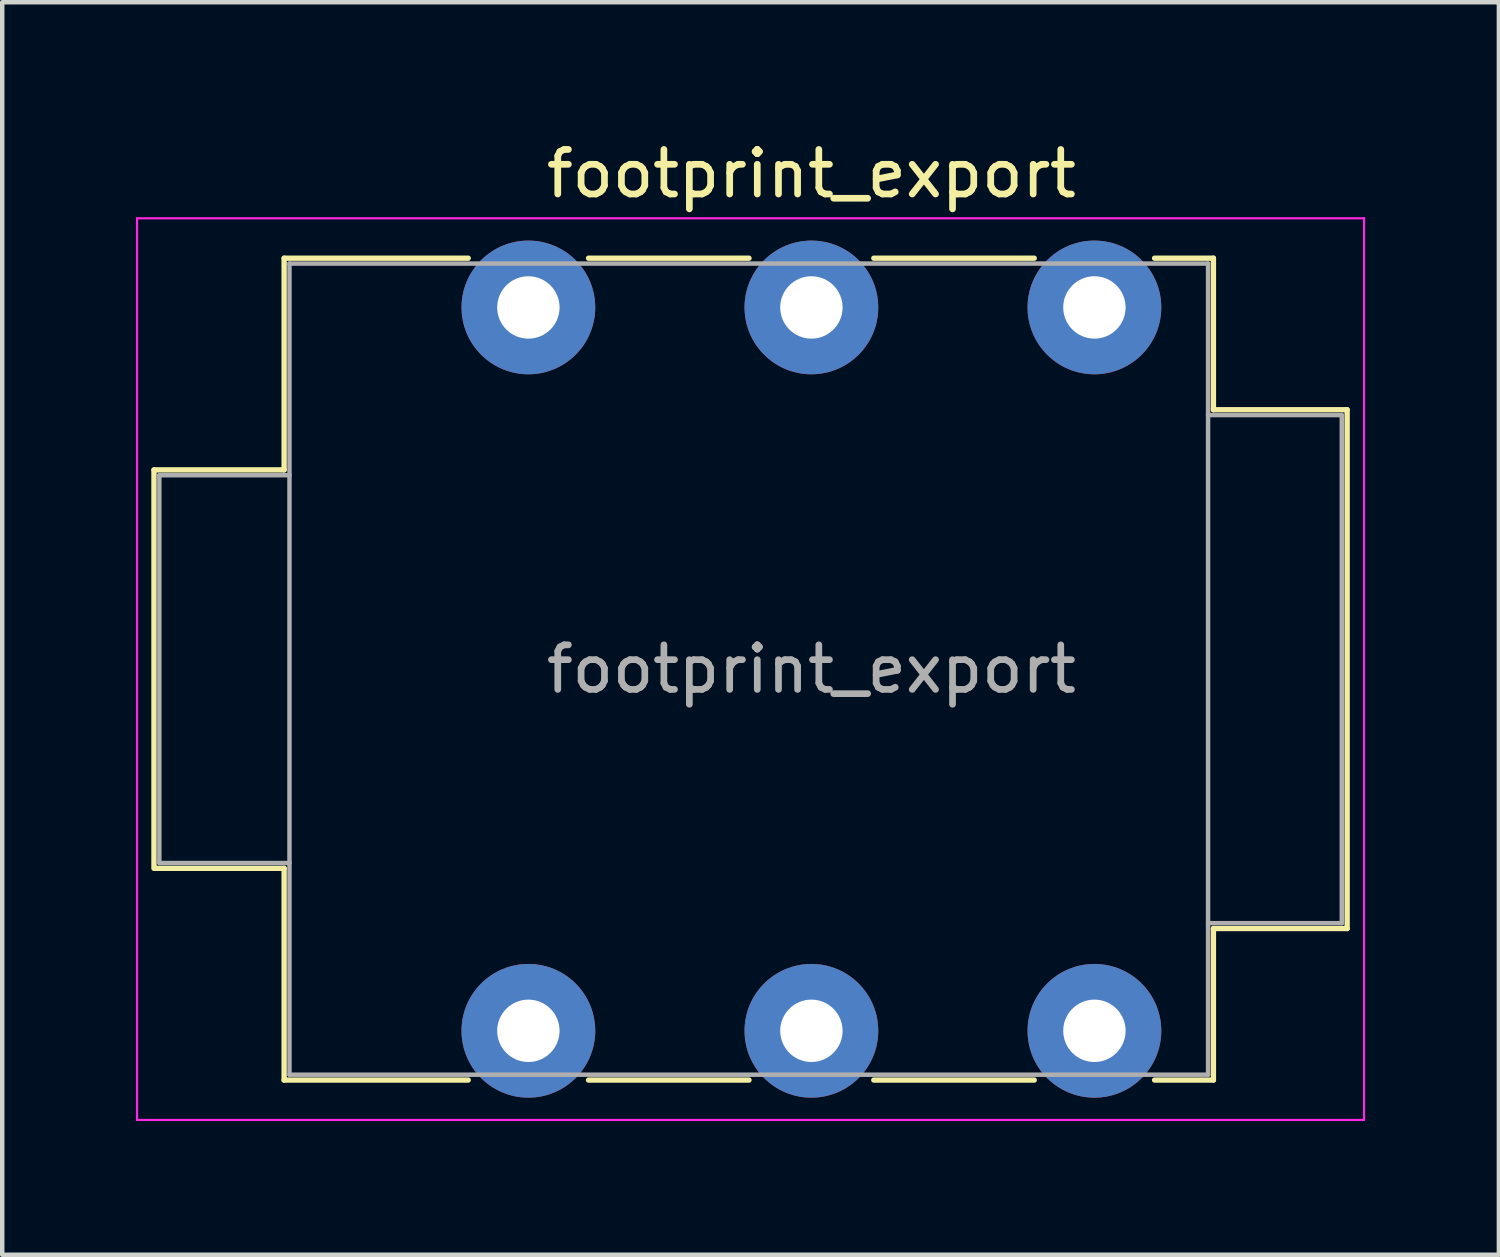
<source format=kicad_pcb>
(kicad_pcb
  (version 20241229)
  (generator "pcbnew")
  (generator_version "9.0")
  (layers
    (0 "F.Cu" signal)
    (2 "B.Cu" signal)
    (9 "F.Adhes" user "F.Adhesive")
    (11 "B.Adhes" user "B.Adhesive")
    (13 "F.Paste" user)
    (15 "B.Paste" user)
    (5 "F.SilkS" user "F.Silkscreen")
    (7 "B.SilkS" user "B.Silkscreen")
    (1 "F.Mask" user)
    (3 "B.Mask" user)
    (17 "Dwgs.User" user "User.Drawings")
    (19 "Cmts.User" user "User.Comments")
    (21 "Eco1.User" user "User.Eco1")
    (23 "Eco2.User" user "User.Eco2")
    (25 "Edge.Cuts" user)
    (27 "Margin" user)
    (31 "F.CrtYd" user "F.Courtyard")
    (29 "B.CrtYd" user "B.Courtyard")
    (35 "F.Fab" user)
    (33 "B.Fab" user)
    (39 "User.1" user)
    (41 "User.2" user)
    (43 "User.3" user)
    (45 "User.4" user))
  (footprint "footprint_export"
    (layer "F.Cu")
    (at 8.805 3.848)
    (property "Reference" "footprint_export" (at 6.35 -3 0) (layer "F.SilkS") (effects (font (size 1 1) (thickness 0.15))))
    (attr through_hole)
    (fp_line (start -8.4 3.645) (end -5.48 3.645) (stroke (width 0.12) (type solid)) (layer "F.SilkS"))
    (fp_line (start -8.4 12.545) (end -8.4 3.645) (stroke (width 0.12) (type solid)) (layer "F.SilkS"))
    (fp_line (start -8.4 12.585) (end -5.48 12.585) (stroke (width 0.12) (type solid)) (layer "F.SilkS"))
    (fp_line (start -5.48 -1.105) (end -1.35 -1.105) (stroke (width 0.12) (type solid)) (layer "F.SilkS"))
    (fp_line (start -5.48 3.645) (end -5.48 -1.105) (stroke (width 0.12) (type solid)) (layer "F.SilkS"))
    (fp_line (start -5.48 17.335) (end -5.48 12.585) (stroke (width 0.12) (type solid)) (layer "F.SilkS"))
    (fp_line (start -1.35 17.335) (end -5.48 17.335) (stroke (width 0.12) (type solid)) (layer "F.SilkS"))
    (fp_line (start 1.35 -1.105) (end 4.95 -1.105) (stroke (width 0.12) (type solid)) (layer "F.SilkS"))
    (fp_line (start 4.95 17.335) (end 1.35 17.335) (stroke (width 0.12) (type solid)) (layer "F.SilkS"))
    (fp_line (start 7.75 -1.105) (end 11.35 -1.105) (stroke (width 0.12) (type solid)) (layer "F.SilkS"))
    (fp_line (start 11.35 17.335) (end 7.75 17.335) (stroke (width 0.12) (type solid)) (layer "F.SilkS"))
    (fp_line (start 15.37 -1.105) (end 14.05 -1.105) (stroke (width 0.12) (type solid)) (layer "F.SilkS"))
    (fp_line (start 15.37 2.295) (end 15.37 -1.105) (stroke (width 0.12) (type solid)) (layer "F.SilkS"))
    (fp_line (start 15.37 2.295) (end 18.37 2.295) (stroke (width 0.12) (type solid)) (layer "F.SilkS"))
    (fp_line (start 15.37 13.935) (end 18.37 13.935) (stroke (width 0.12) (type solid)) (layer "F.SilkS"))
    (fp_line (start 15.37 17.335) (end 14.05 17.335) (stroke (width 0.12) (type solid)) (layer "F.SilkS"))
    (fp_line (start 15.37 17.335) (end 15.37 13.935) (stroke (width 0.12) (type solid)) (layer "F.SilkS"))
    (fp_line (start 18.37 13.935) (end 18.37 2.295) (stroke (width 0.12) (type solid)) (layer "F.SilkS"))
    (fp_line (start -8.78 18.23) (end -8.78 -2) (stroke (width 0.05) (type solid)) (layer "F.CrtYd"))
    (fp_line (start -8.78 18.23) (end 18.75 18.23) (stroke (width 0.05) (type solid)) (layer "F.CrtYd"))
    (fp_line (start 18.75 -2) (end -8.78 -2) (stroke (width 0.05) (type solid)) (layer "F.CrtYd"))
    (fp_line (start 18.75 18.23) (end 18.75 -2) (stroke (width 0.05) (type solid)) (layer "F.CrtYd"))
    (fp_line (start -8.28 3.765) (end -5.36 3.765) (stroke (width 0.1) (type solid)) (layer "F.Fab"))
    (fp_line (start -8.28 12.465) (end -8.28 3.765) (stroke (width 0.1) (type solid)) (layer "F.Fab"))
    (fp_line (start -8.28 12.465) (end -5.36 12.465) (stroke (width 0.1) (type solid)) (layer "F.Fab"))
    (fp_line (start -5.36 17.215) (end -5.36 -0.985) (stroke (width 0.1) (type solid)) (layer "F.Fab"))
    (fp_line (start 15.25 -0.985) (end -5.36 -0.985) (stroke (width 0.1) (type solid)) (layer "F.Fab"))
    (fp_line (start 15.25 17.215) (end -5.36 17.215) (stroke (width 0.1) (type solid)) (layer "F.Fab"))
    (fp_line (start 15.25 17.215) (end 15.25 -0.985) (stroke (width 0.1) (type solid)) (layer "F.Fab"))
    (fp_line (start 18.25 2.415) (end 15.25 2.415) (stroke (width 0.1) (type solid)) (layer "F.Fab"))
    (fp_line (start 18.25 13.815) (end 15.25 13.815) (stroke (width 0.1) (type solid)) (layer "F.Fab"))
    (fp_line (start 18.25 13.815) (end 18.25 2.415) (stroke (width 0.1) (type solid)) (layer "F.Fab"))
    (fp_text user "${REFERENCE}" (at 6.35 8.115 0) (layer "F.Fab") (effects (font (size 1 1) (thickness 0.15))))
    (pad "R" thru_hole circle (at 6.35 0) (size 3 3) (drill 1.4) (layers "*.Cu" "*.Mask"))
    (pad "RN" thru_hole circle (at 6.35 16.23) (size 3 3) (drill 1.4) (layers "*.Cu" "*.Mask"))
    (pad "S" thru_hole circle (at 12.7 0) (size 3 3) (drill 1.4) (layers "*.Cu" "*.Mask"))
    (pad "SN" thru_hole circle (at 12.7 16.23) (size 3 3) (drill 1.4) (layers "*.Cu" "*.Mask"))
    (pad "T" thru_hole circle (at 0 0) (size 3 3) (drill 1.4) (layers "*.Cu" "*.Mask"))
    (pad "TN" thru_hole circle (at 0 16.23) (size 3 3) (drill 1.4) (layers "*.Cu" "*.Mask")))
  (gr_rect
    (start -3 -3)
    (end 30.58 25.103)
    (stroke (width 0.1) (type default))
    (fill no)
    (layer "Edge.Cuts")))
</source>
